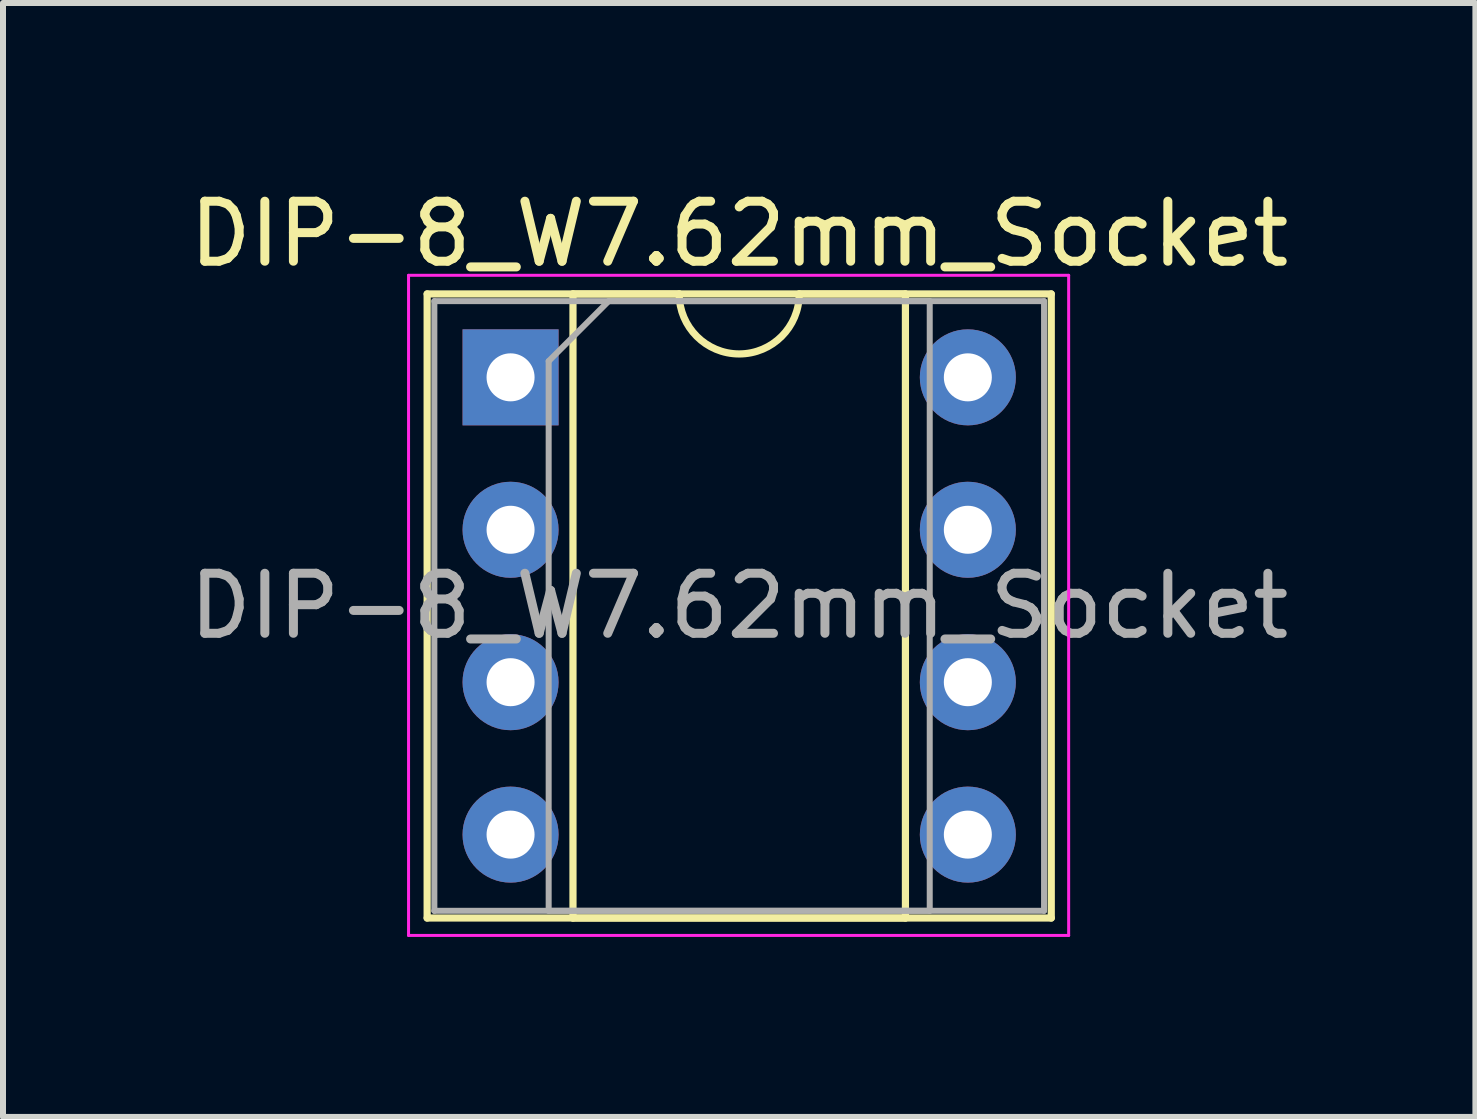
<source format=kicad_pcb>
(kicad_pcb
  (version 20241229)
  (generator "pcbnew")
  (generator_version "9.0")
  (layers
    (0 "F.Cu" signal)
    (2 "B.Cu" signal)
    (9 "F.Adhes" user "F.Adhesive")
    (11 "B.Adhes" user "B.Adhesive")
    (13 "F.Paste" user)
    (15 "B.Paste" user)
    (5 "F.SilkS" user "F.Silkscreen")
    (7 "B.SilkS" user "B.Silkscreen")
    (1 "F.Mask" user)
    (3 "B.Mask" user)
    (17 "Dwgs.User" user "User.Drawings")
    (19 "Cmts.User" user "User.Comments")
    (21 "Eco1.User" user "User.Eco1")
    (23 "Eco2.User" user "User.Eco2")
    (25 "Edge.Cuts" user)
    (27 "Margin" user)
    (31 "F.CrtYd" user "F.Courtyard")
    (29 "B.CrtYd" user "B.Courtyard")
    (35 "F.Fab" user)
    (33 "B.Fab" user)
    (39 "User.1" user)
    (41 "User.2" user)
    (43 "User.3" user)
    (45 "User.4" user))
  (footprint "DIP-8_W7.62mm_Socket"
    (layer "F.Cu")
    (at 5.458 3.238)
    (property "Reference" "DIP-8_W7.62mm_Socket" (at 3.81 -2.39 0) (layer "F.SilkS") (effects (font (size 1 1) (thickness 0.15))))
    (attr through_hole)
    (fp_line (start -1.39 -1.39) (end -1.39 9.01) (stroke (width 0.12) (type solid)) (layer "F.SilkS"))
    (fp_line (start -1.39 9.01) (end 9.01 9.01) (stroke (width 0.12) (type solid)) (layer "F.SilkS"))
    (fp_line (start 1.04 -1.39) (end 1.04 9.01) (stroke (width 0.12) (type solid)) (layer "F.SilkS"))
    (fp_line (start 1.04 9.01) (end 6.58 9.01) (stroke (width 0.12) (type solid)) (layer "F.SilkS"))
    (fp_line (start 2.81 -1.39) (end 1.04 -1.39) (stroke (width 0.12) (type solid)) (layer "F.SilkS"))
    (fp_line (start 6.58 -1.39) (end 4.81 -1.39) (stroke (width 0.12) (type solid)) (layer "F.SilkS"))
    (fp_line (start 6.58 9.01) (end 6.58 -1.39) (stroke (width 0.12) (type solid)) (layer "F.SilkS"))
    (fp_line (start 9.01 -1.39) (end -1.39 -1.39) (stroke (width 0.12) (type solid)) (layer "F.SilkS"))
    (fp_line (start 9.01 9.01) (end 9.01 -1.39) (stroke (width 0.12) (type solid)) (layer "F.SilkS"))
    (fp_arc (start 4.81 -1.39) (mid 3.81 -0.39) (end 2.81 -1.39) (stroke (width 0.12) (type solid)) (layer "F.SilkS"))
    (fp_line (start -1.7 -1.7) (end -1.7 9.3) (stroke (width 0.05) (type solid)) (layer "F.CrtYd"))
    (fp_line (start -1.7 9.3) (end 9.3 9.3) (stroke (width 0.05) (type solid)) (layer "F.CrtYd"))
    (fp_line (start 9.3 -1.7) (end -1.7 -1.7) (stroke (width 0.05) (type solid)) (layer "F.CrtYd"))
    (fp_line (start 9.3 9.3) (end 9.3 -1.7) (stroke (width 0.05) (type solid)) (layer "F.CrtYd"))
    (fp_line (start -1.27 -1.27) (end -1.27 8.89) (stroke (width 0.1) (type solid)) (layer "F.Fab"))
    (fp_line (start -1.27 8.89) (end 8.89 8.89) (stroke (width 0.1) (type solid)) (layer "F.Fab"))
    (fp_line (start 0.635 -0.27) (end 1.635 -1.27) (stroke (width 0.1) (type solid)) (layer "F.Fab"))
    (fp_line (start 0.635 8.89) (end 0.635 -0.27) (stroke (width 0.1) (type solid)) (layer "F.Fab"))
    (fp_line (start 1.635 -1.27) (end 6.985 -1.27) (stroke (width 0.1) (type solid)) (layer "F.Fab"))
    (fp_line (start 6.985 -1.27) (end 6.985 8.89) (stroke (width 0.1) (type solid)) (layer "F.Fab"))
    (fp_line (start 6.985 8.89) (end 0.635 8.89) (stroke (width 0.1) (type solid)) (layer "F.Fab"))
    (fp_line (start 8.89 -1.27) (end -1.27 -1.27) (stroke (width 0.1) (type solid)) (layer "F.Fab"))
    (fp_line (start 8.89 8.89) (end 8.89 -1.27) (stroke (width 0.1) (type solid)) (layer "F.Fab"))
    (fp_text user "${REFERENCE}" (at 3.81 3.81 0) (layer "F.Fab") (effects (font (size 1 1) (thickness 0.15))))
    (pad "1" thru_hole rect (at 0 0) (size 1.6 1.6) (drill 0.8) (layers "*.Cu" "*.Mask"))
    (pad "2" thru_hole oval (at 0 2.54) (size 1.6 1.6) (drill 0.8) (layers "*.Cu" "*.Mask"))
    (pad "3" thru_hole oval (at 0 5.08) (size 1.6 1.6) (drill 0.8) (layers "*.Cu" "*.Mask"))
    (pad "4" thru_hole oval (at 0 7.62) (size 1.6 1.6) (drill 0.8) (layers "*.Cu" "*.Mask"))
    (pad "5" thru_hole oval (at 7.62 7.62) (size 1.6 1.6) (drill 0.8) (layers "*.Cu" "*.Mask"))
    (pad "6" thru_hole oval (at 7.62 5.08) (size 1.6 1.6) (drill 0.8) (layers "*.Cu" "*.Mask"))
    (pad "7" thru_hole oval (at 7.62 2.54) (size 1.6 1.6) (drill 0.8) (layers "*.Cu" "*.Mask"))
    (pad "8" thru_hole oval (at 7.62 0) (size 1.6 1.6) (drill 0.8) (layers "*.Cu" "*.Mask")))
  (gr_rect
    (start -3 -3)
    (end 21.536 15.563)
    (stroke (width 0.1) (type default))
    (fill no)
    (layer "Edge.Cuts")))
</source>
